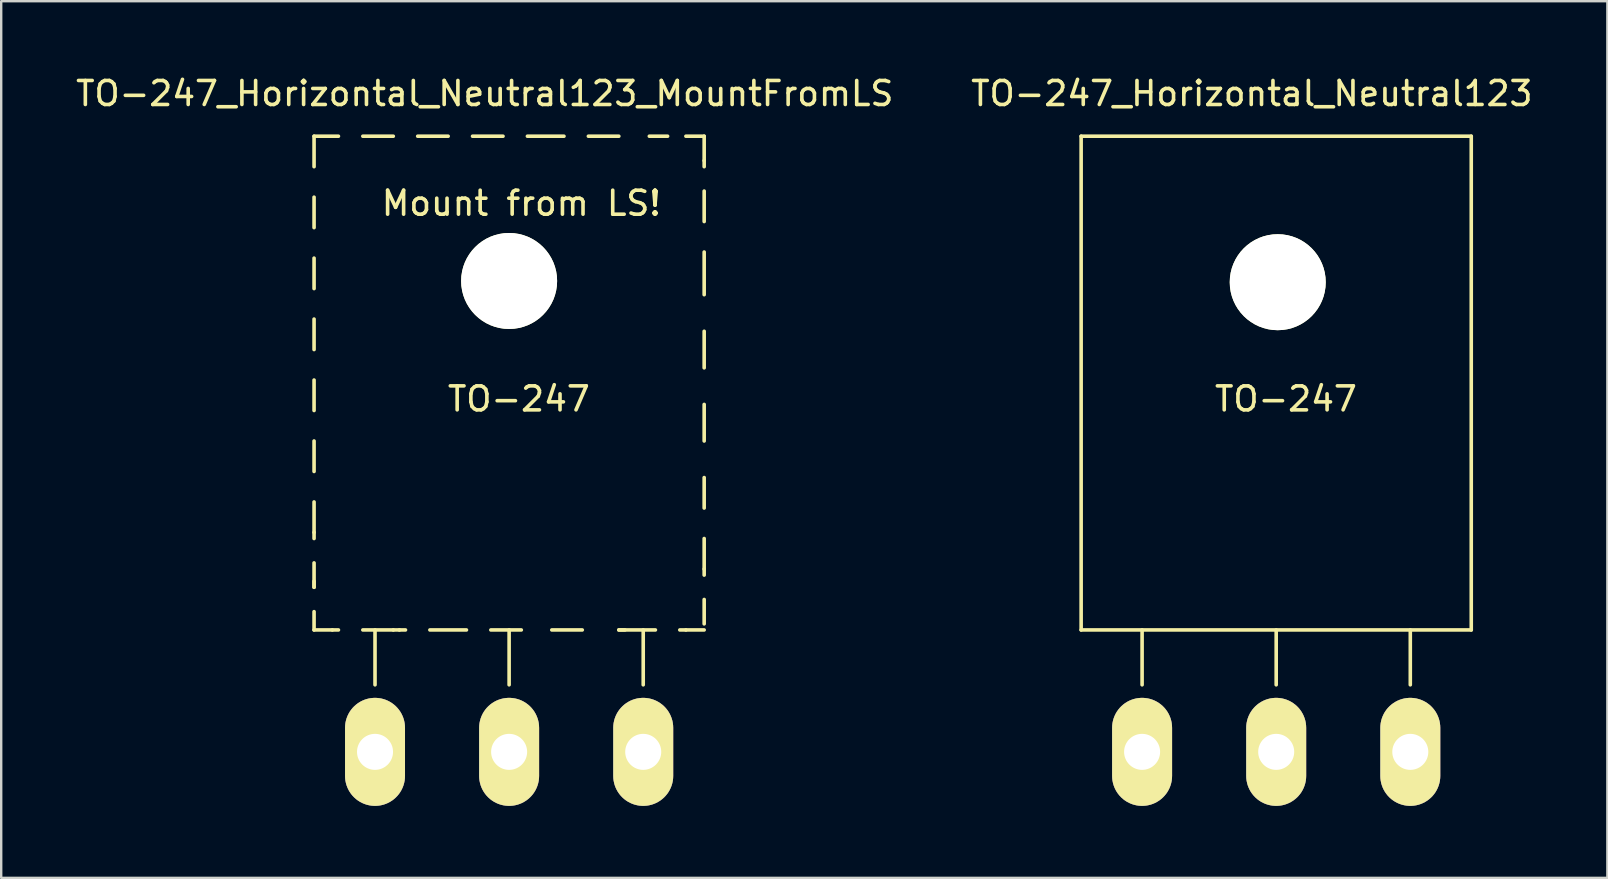
<source format=kicad_pcb>
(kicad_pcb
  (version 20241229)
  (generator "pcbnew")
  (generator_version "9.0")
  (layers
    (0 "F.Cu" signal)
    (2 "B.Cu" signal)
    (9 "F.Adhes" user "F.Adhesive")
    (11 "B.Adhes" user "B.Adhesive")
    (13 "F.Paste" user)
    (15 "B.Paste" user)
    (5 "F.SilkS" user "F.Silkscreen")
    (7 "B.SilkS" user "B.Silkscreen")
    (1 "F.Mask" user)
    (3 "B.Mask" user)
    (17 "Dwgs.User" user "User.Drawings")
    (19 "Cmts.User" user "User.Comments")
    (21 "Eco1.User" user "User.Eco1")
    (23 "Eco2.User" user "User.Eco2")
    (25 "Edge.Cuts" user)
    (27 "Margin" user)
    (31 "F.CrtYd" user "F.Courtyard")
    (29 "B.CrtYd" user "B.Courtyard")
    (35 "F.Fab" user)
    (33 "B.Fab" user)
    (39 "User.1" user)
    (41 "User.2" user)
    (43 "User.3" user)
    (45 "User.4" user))
  (footprint "TO-247_Horizontal_Neutral123"
    (layer "F.Cu")
    (at 50.129 28.28)
    (property "Reference" "TO-247_Horizontal_Neutral123" (at -1.016 -27.432 0) (layer "F.SilkS") (effects (font (size 1 1) (thickness 0.15))))
    (attr through_hole)
    (fp_line (start -8.128 -25.654) (end 8.128 -25.654) (stroke (width 0.15) (type solid)) (layer "F.SilkS"))
    (fp_line (start -8.128 -5.08) (end -8.128 -25.654) (stroke (width 0.15) (type solid)) (layer "F.SilkS"))
    (fp_line (start -5.588 -2.794) (end -5.588 -5.08) (stroke (width 0.15) (type solid)) (layer "F.SilkS"))
    (fp_line (start 0 -2.794) (end 0 -5.08) (stroke (width 0.15) (type solid)) (layer "F.SilkS"))
    (fp_line (start 5.588 -2.794) (end 5.588 -5.08) (stroke (width 0.15) (type solid)) (layer "F.SilkS"))
    (fp_line (start 8.128 -25.654) (end 8.128 -5.08) (stroke (width 0.15) (type solid)) (layer "F.SilkS"))
    (fp_line (start 8.128 -5.08) (end -8.128 -5.08) (stroke (width 0.15) (type solid)) (layer "F.SilkS"))
    (fp_circle (center 0 -19.558) (end 1.778 -19.558) (stroke (width 0.15) (type solid)) (fill no) (layer "F.SilkS"))
    (fp_text user "TO-247" (at 0.406 -14.707 0) (layer "F.SilkS") (effects (font (size 1 1) (thickness 0.15))))
    (pad "" np_thru_hole circle (at 0.064 -19.571) (size 4 4) (drill 4) (layers "*.Cu" "*.Mask" "F.SilkS"))
    (pad "1" thru_hole oval (at -5.588 0 90) (size 4.501 2.499) (drill 1.501) (layers "*.Cu" "*.Mask" "F.SilkS"))
    (pad "2" thru_hole oval (at 0 0 90) (size 4.501 2.499) (drill 1.501) (layers "*.Cu" "*.Mask" "F.SilkS"))
    (pad "3" thru_hole oval (at 5.588 0 90) (size 4.501 2.499) (drill 1.501) (layers "*.Cu" "*.Mask" "F.SilkS")))
  (footprint "TO-247_Horizontal_Neutral123_MountFromLS"
    (layer "F.Cu")
    (at 18.165 28.28)
    (property "Reference" "TO-247_Horizontal_Neutral123_MountFromLS" (at -1.016 -27.432 0) (layer "F.SilkS") (effects (font (size 1 1) (thickness 0.15))))
    (attr through_hole)
    (fp_line (start -8.128 -25.654) (end -8.128 -24.384) (stroke (width 0.15) (type solid)) (layer "F.SilkS"))
    (fp_line (start -8.128 -25.654) (end -7.112 -25.654) (stroke (width 0.15) (type solid)) (layer "F.SilkS"))
    (fp_line (start -8.128 -23.114) (end -8.128 -21.844) (stroke (width 0.15) (type solid)) (layer "F.SilkS"))
    (fp_line (start -8.128 -20.574) (end -8.128 -19.304) (stroke (width 0.15) (type solid)) (layer "F.SilkS"))
    (fp_line (start -8.128 -18.034) (end -8.128 -16.764) (stroke (width 0.15) (type solid)) (layer "F.SilkS"))
    (fp_line (start -8.128 -15.494) (end -8.128 -14.224) (stroke (width 0.15) (type solid)) (layer "F.SilkS"))
    (fp_line (start -8.128 -12.954) (end -8.128 -11.684) (stroke (width 0.15) (type solid)) (layer "F.SilkS"))
    (fp_line (start -8.128 -10.414) (end -8.128 -9.144) (stroke (width 0.15) (type solid)) (layer "F.SilkS"))
    (fp_line (start -8.128 -9.144) (end -8.128 -8.89) (stroke (width 0.15) (type solid)) (layer "F.SilkS"))
    (fp_line (start -8.128 -7.874) (end -8.128 -6.858) (stroke (width 0.15) (type solid)) (layer "F.SilkS"))
    (fp_line (start -8.128 -6.858) (end -8.128 -7.112) (stroke (width 0.15) (type solid)) (layer "F.SilkS"))
    (fp_line (start -8.128 -5.842) (end -8.128 -5.08) (stroke (width 0.15) (type solid)) (layer "F.SilkS"))
    (fp_line (start -8.128 -5.08) (end -7.366 -5.08) (stroke (width 0.15) (type solid)) (layer "F.SilkS"))
    (fp_line (start -7.366 -5.08) (end -7.112 -5.08) (stroke (width 0.15) (type solid)) (layer "F.SilkS"))
    (fp_line (start -6.096 -25.654) (end -4.826 -25.654) (stroke (width 0.15) (type solid)) (layer "F.SilkS"))
    (fp_line (start -6.096 -5.08) (end -4.826 -5.08) (stroke (width 0.15) (type solid)) (layer "F.SilkS"))
    (fp_line (start -5.588 -2.794) (end -5.588 -5.08) (stroke (width 0.15) (type solid)) (layer "F.SilkS"))
    (fp_line (start -4.826 -5.08) (end -4.572 -5.08) (stroke (width 0.15) (type solid)) (layer "F.SilkS"))
    (fp_line (start -4.572 -5.08) (end -4.318 -5.08) (stroke (width 0.15) (type solid)) (layer "F.SilkS"))
    (fp_line (start -3.81 -25.654) (end -2.54 -25.654) (stroke (width 0.15) (type solid)) (layer "F.SilkS"))
    (fp_line (start -3.302 -5.08) (end -1.778 -5.08) (stroke (width 0.15) (type solid)) (layer "F.SilkS"))
    (fp_line (start -1.524 -25.654) (end -0.254 -25.654) (stroke (width 0.15) (type solid)) (layer "F.SilkS"))
    (fp_line (start -0.762 -5.08) (end 0.508 -5.08) (stroke (width 0.15) (type solid)) (layer "F.SilkS"))
    (fp_line (start 0 -2.794) (end 0 -5.08) (stroke (width 0.15) (type solid)) (layer "F.SilkS"))
    (fp_line (start 0.762 -25.654) (end 2.286 -25.654) (stroke (width 0.15) (type solid)) (layer "F.SilkS"))
    (fp_line (start 1.778 -5.08) (end 3.048 -5.08) (stroke (width 0.15) (type solid)) (layer "F.SilkS"))
    (fp_line (start 3.302 -25.654) (end 4.572 -25.654) (stroke (width 0.15) (type solid)) (layer "F.SilkS"))
    (fp_line (start 4.572 -5.08) (end 4.826 -5.08) (stroke (width 0.15) (type solid)) (layer "F.SilkS"))
    (fp_line (start 5.588 -2.794) (end 5.588 -5.08) (stroke (width 0.15) (type solid)) (layer "F.SilkS"))
    (fp_line (start 5.842 -25.654) (end 6.604 -25.654) (stroke (width 0.15) (type solid)) (layer "F.SilkS"))
    (fp_line (start 6.096 -5.08) (end 4.572 -5.08) (stroke (width 0.15) (type solid)) (layer "F.SilkS"))
    (fp_line (start 7.366 -25.654) (end 8.128 -25.654) (stroke (width 0.15) (type solid)) (layer "F.SilkS"))
    (fp_line (start 7.366 -5.08) (end 7.112 -5.08) (stroke (width 0.15) (type solid)) (layer "F.SilkS"))
    (fp_line (start 8.128 -25.654) (end 8.128 -24.638) (stroke (width 0.15) (type solid)) (layer "F.SilkS"))
    (fp_line (start 8.128 -24.638) (end 8.128 -24.384) (stroke (width 0.15) (type solid)) (layer "F.SilkS"))
    (fp_line (start 8.128 -23.368) (end 8.128 -22.098) (stroke (width 0.15) (type solid)) (layer "F.SilkS"))
    (fp_line (start 8.128 -20.828) (end 8.128 -19.05) (stroke (width 0.15) (type solid)) (layer "F.SilkS"))
    (fp_line (start 8.128 -17.526) (end 8.128 -16.002) (stroke (width 0.15) (type solid)) (layer "F.SilkS"))
    (fp_line (start 8.128 -14.478) (end 8.128 -12.954) (stroke (width 0.15) (type solid)) (layer "F.SilkS"))
    (fp_line (start 8.128 -11.43) (end 8.128 -10.16) (stroke (width 0.15) (type solid)) (layer "F.SilkS"))
    (fp_line (start 8.128 -8.89) (end 8.128 -7.62) (stroke (width 0.15) (type solid)) (layer "F.SilkS"))
    (fp_line (start 8.128 -7.62) (end 8.128 -7.366) (stroke (width 0.15) (type solid)) (layer "F.SilkS"))
    (fp_line (start 8.128 -6.35) (end 8.128 -5.334) (stroke (width 0.15) (type solid)) (layer "F.SilkS"))
    (fp_line (start 8.128 -5.08) (end 7.366 -5.08) (stroke (width 0.15) (type solid)) (layer "F.SilkS"))
    (fp_circle (center 0 -19.558) (end 1.778 -19.558) (stroke (width 0.15) (type solid)) (fill no) (layer "F.SilkS"))
    (fp_text user "Mount from LS!" (at 0.508 -22.86 0) (layer "F.SilkS") (effects (font (size 1 1) (thickness 0.15))))
    (fp_text user "TO-247" (at 0.406 -14.707 0) (layer "F.SilkS") (effects (font (size 1 1) (thickness 0.15))))
    (pad "" np_thru_hole circle (at 0 -19.622) (size 4 4) (drill 4) (layers "*.Cu" "*.Mask" "F.SilkS"))
    (pad "1" thru_hole oval (at 5.588 0 90) (size 4.501 2.499) (drill 1.501) (layers "*.Cu" "*.Mask" "F.SilkS"))
    (pad "2" thru_hole oval (at 0 0 90) (size 4.501 2.499) (drill 1.501) (layers "*.Cu" "*.Mask" "F.SilkS"))
    (pad "3" thru_hole oval (at -5.588 0 90) (size 4.501 2.499) (drill 1.501) (layers "*.Cu" "*.Mask" "F.SilkS")))
  (gr_rect
    (start -3 -3)
    (end 63.929 33.531)
    (stroke (width 0.1) (type default))
    (fill no)
    (layer "Edge.Cuts")))
</source>
